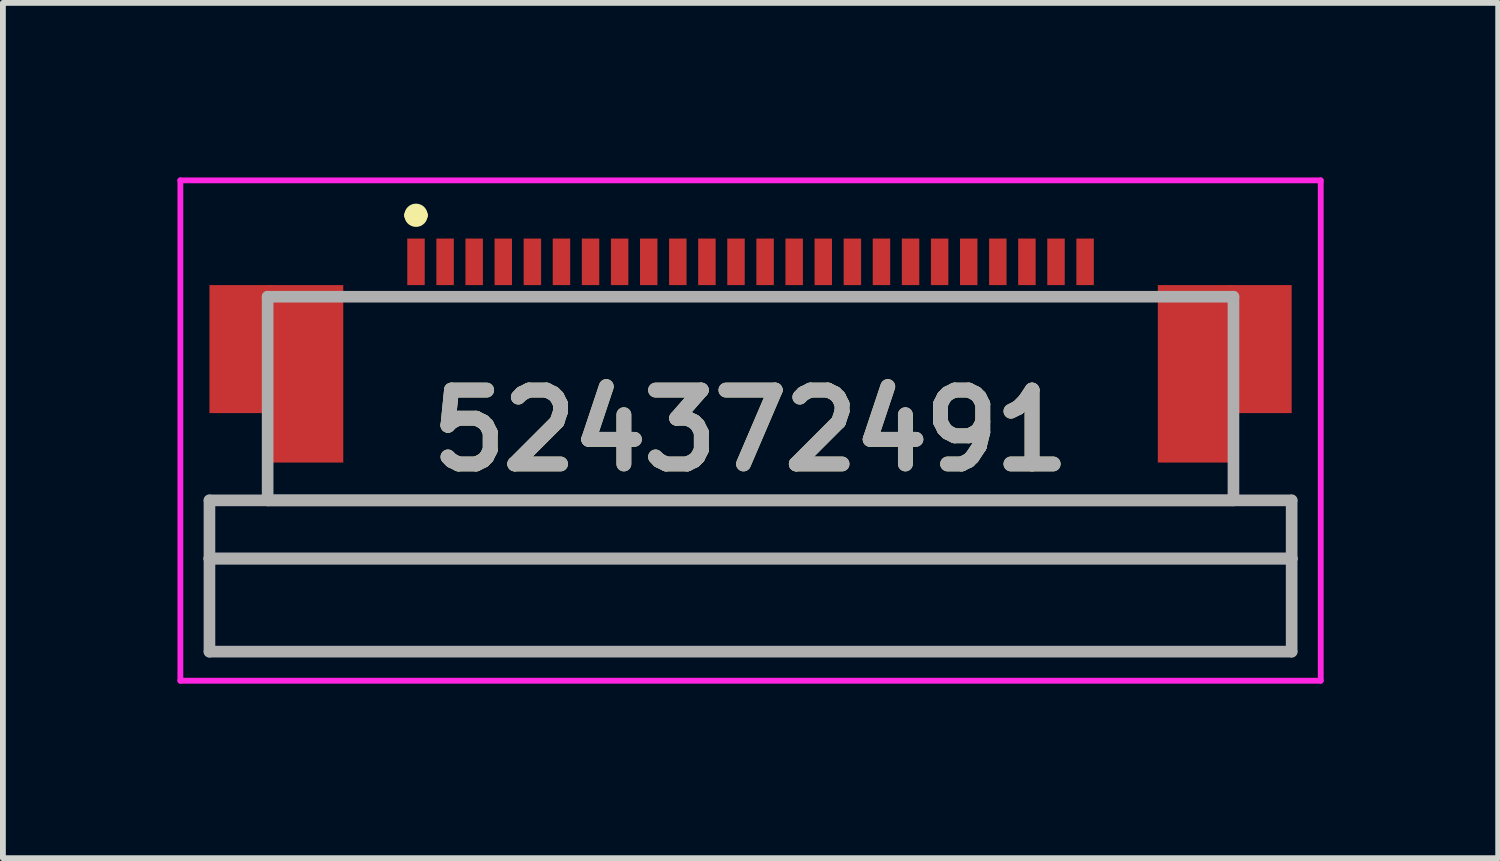
<source format=kicad_pcb>
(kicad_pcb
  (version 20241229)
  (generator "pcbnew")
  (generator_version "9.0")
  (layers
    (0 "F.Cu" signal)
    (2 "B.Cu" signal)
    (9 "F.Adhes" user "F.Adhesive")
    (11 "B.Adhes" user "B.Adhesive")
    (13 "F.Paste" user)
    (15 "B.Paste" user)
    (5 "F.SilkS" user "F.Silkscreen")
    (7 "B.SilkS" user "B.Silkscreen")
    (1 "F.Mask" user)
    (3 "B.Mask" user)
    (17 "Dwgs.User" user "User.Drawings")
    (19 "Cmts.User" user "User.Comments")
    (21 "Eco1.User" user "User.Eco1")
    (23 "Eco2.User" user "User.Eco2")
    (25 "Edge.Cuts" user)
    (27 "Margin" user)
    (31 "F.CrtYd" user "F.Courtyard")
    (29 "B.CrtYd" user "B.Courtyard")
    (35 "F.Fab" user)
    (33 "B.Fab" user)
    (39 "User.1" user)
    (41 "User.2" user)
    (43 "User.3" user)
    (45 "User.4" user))
  (footprint "524372491"
    (layer "F.Cu")
    (at 9.85 1.85)
    (property "Reference" "524372491" (at 0 2.5 0) (layer "F.SilkS") (effects (font (size 1.27 1.27) (thickness 0.254))))
    (attr smd)
    (fp_line (start -8.3 3.7) (end 8.3 3.7) (stroke (width 0.1) (type solid)) (layer "F.SilkS"))
    (fp_line (start -6.6 0.2) (end -6.2 0.2) (stroke (width 0.1) (type solid)) (layer "F.SilkS"))
    (fp_line (start -5.85 -1.2) (end -5.85 -1.2) (stroke (width 0.2) (type solid)) (layer "F.SilkS"))
    (fp_line (start -5.65 -1.2) (end -5.65 -1.2) (stroke (width 0.2) (type solid)) (layer "F.SilkS"))
    (fp_line (start 6.2 0.2) (end 6.6 0.2) (stroke (width 0.1) (type solid)) (layer "F.SilkS"))
    (fp_arc (start -5.85 -1.2) (mid -5.75 -1.3) (end -5.65 -1.2) (stroke (width 0.2) (type solid)) (layer "F.SilkS"))
    (fp_arc (start -5.65 -1.2) (mid -5.75 -1.1) (end -5.85 -1.2) (stroke (width 0.2) (type solid)) (layer "F.SilkS"))
    (fp_line (start -9.8 -1.8) (end 9.8 -1.8) (stroke (width 0.1) (type solid)) (layer "F.CrtYd"))
    (fp_line (start -9.8 6.8) (end -9.8 -1.8) (stroke (width 0.1) (type solid)) (layer "F.CrtYd"))
    (fp_line (start 9.8 -1.8) (end 9.8 6.8) (stroke (width 0.1) (type solid)) (layer "F.CrtYd"))
    (fp_line (start 9.8 6.8) (end -9.8 6.8) (stroke (width 0.1) (type solid)) (layer "F.CrtYd"))
    (fp_line (start -9.3 3.7) (end 9.3 3.7) (stroke (width 0.2) (type solid)) (layer "F.Fab"))
    (fp_line (start -9.3 4.7) (end -9.3 3.7) (stroke (width 0.2) (type solid)) (layer "F.Fab"))
    (fp_line (start -9.3 4.7) (end 9.3 4.7) (stroke (width 0.2) (type solid)) (layer "F.Fab"))
    (fp_line (start -9.3 6.3) (end -9.3 4.7) (stroke (width 0.2) (type solid)) (layer "F.Fab"))
    (fp_line (start -8.3 0.2) (end 8.3 0.2) (stroke (width 0.2) (type solid)) (layer "F.Fab"))
    (fp_line (start -8.3 3.7) (end -8.3 0.2) (stroke (width 0.2) (type solid)) (layer "F.Fab"))
    (fp_line (start 8.3 0.2) (end 8.3 3.7) (stroke (width 0.2) (type solid)) (layer "F.Fab"))
    (fp_line (start 8.3 3.7) (end -8.3 3.7) (stroke (width 0.2) (type solid)) (layer "F.Fab"))
    (fp_line (start 9.3 3.7) (end 9.3 4.7) (stroke (width 0.2) (type solid)) (layer "F.Fab"))
    (fp_line (start 9.3 4.7) (end -9.3 4.7) (stroke (width 0.2) (type solid)) (layer "F.Fab"))
    (fp_line (start 9.3 4.7) (end 9.3 6.3) (stroke (width 0.2) (type solid)) (layer "F.Fab"))
    (fp_line (start 9.3 6.3) (end -9.3 6.3) (stroke (width 0.2) (type solid)) (layer "F.Fab"))
    (fp_text user "${REFERENCE}" (at 0 2.5 0) (layer "F.Fab") (effects (font (size 1.27 1.27) (thickness 0.254))))
    (pad "1" smd rect (at -5.75 -0.4) (size 0.3 0.8) (layers "F.Cu" "F.Mask" "F.Paste"))
    (pad "2" smd rect (at -5.25 -0.4) (size 0.3 0.8) (layers "F.Cu" "F.Mask" "F.Paste"))
    (pad "3" smd rect (at -4.75 -0.4) (size 0.3 0.8) (layers "F.Cu" "F.Mask" "F.Paste"))
    (pad "4" smd rect (at -4.25 -0.4) (size 0.3 0.8) (layers "F.Cu" "F.Mask" "F.Paste"))
    (pad "5" smd rect (at -3.75 -0.4) (size 0.3 0.8) (layers "F.Cu" "F.Mask" "F.Paste"))
    (pad "6" smd rect (at -3.25 -0.4) (size 0.3 0.8) (layers "F.Cu" "F.Mask" "F.Paste"))
    (pad "7" smd rect (at -2.75 -0.4) (size 0.3 0.8) (layers "F.Cu" "F.Mask" "F.Paste"))
    (pad "8" smd rect (at -2.25 -0.4) (size 0.3 0.8) (layers "F.Cu" "F.Mask" "F.Paste"))
    (pad "9" smd rect (at -1.75 -0.4) (size 0.3 0.8) (layers "F.Cu" "F.Mask" "F.Paste"))
    (pad "10" smd rect (at -1.25 -0.4) (size 0.3 0.8) (layers "F.Cu" "F.Mask" "F.Paste"))
    (pad "11" smd rect (at -0.75 -0.4) (size 0.3 0.8) (layers "F.Cu" "F.Mask" "F.Paste"))
    (pad "12" smd rect (at -0.25 -0.4) (size 0.3 0.8) (layers "F.Cu" "F.Mask" "F.Paste"))
    (pad "13" smd rect (at 0.25 -0.4) (size 0.3 0.8) (layers "F.Cu" "F.Mask" "F.Paste"))
    (pad "14" smd rect (at 0.75 -0.4) (size 0.3 0.8) (layers "F.Cu" "F.Mask" "F.Paste"))
    (pad "15" smd rect (at 1.25 -0.4) (size 0.3 0.8) (layers "F.Cu" "F.Mask" "F.Paste"))
    (pad "16" smd rect (at 1.75 -0.4) (size 0.3 0.8) (layers "F.Cu" "F.Mask" "F.Paste"))
    (pad "17" smd rect (at 2.25 -0.4) (size 0.3 0.8) (layers "F.Cu" "F.Mask" "F.Paste"))
    (pad "18" smd rect (at 2.75 -0.4) (size 0.3 0.8) (layers "F.Cu" "F.Mask" "F.Paste"))
    (pad "19" smd rect (at 3.25 -0.4) (size 0.3 0.8) (layers "F.Cu" "F.Mask" "F.Paste"))
    (pad "20" smd rect (at 3.75 -0.4) (size 0.3 0.8) (layers "F.Cu" "F.Mask" "F.Paste"))
    (pad "21" smd rect (at 4.25 -0.4) (size 0.3 0.8) (layers "F.Cu" "F.Mask" "F.Paste"))
    (pad "22" smd rect (at 4.75 -0.4) (size 0.3 0.8) (layers "F.Cu" "F.Mask" "F.Paste"))
    (pad "23" smd rect (at 5.25 -0.4) (size 0.3 0.8) (layers "F.Cu" "F.Mask" "F.Paste"))
    (pad "24" smd rect (at 5.75 -0.4) (size 0.3 0.8) (layers "F.Cu" "F.Mask" "F.Paste"))
    (pad "MPA1" smd rect (at -7.65 1.525) (size 1.3 3.05) (layers "F.Cu" "F.Mask" "F.Paste"))
    (pad "MPA2" smd rect (at 7.65 1.525) (size 1.3 3.05) (layers "F.Cu" "F.Mask" "F.Paste"))
    (pad "MPB1" smd rect (at -8.75 1.1) (size 1.1 2.2) (layers "F.Cu" "F.Mask" "F.Paste"))
    (pad "MPB2" smd rect (at 8.75 1.1) (size 1.1 2.2) (layers "F.Cu" "F.Mask" "F.Paste")))
  (gr_rect
    (start -3 -3)
    (end 22.7 11.7)
    (stroke (width 0.1) (type default))
    (fill no)
    (layer "Edge.Cuts")))
</source>
